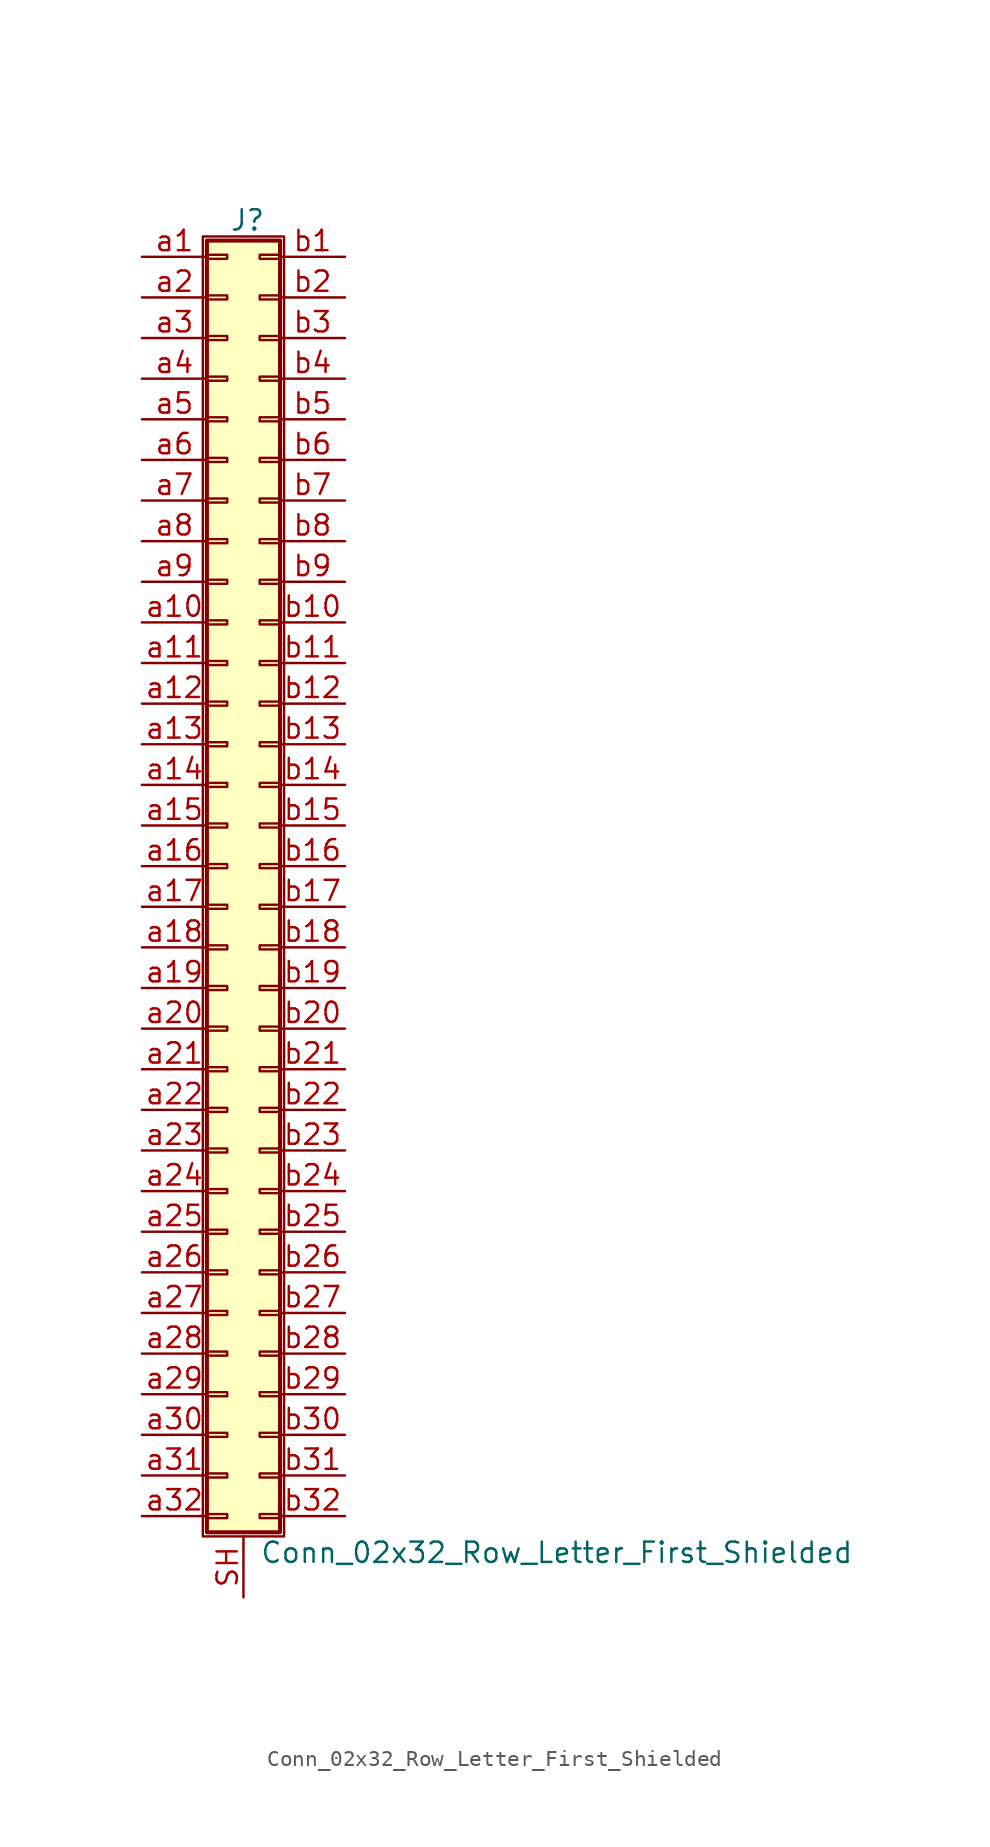
<source format=kicad_sym>
(kicad_symbol_lib
  (version 20220914)
  (generator kicad_symbol_editor)
  (symbol "Conn_02x32_Row_Letter_First_Shielded"
    (pin_names
      (offset 1.016) hide)
    (property "Reference" "J"
      (at 1.524 40.386 0)
      (effects (font (size 1.27 1.27))))
    (property "Value" "Conn_02x32_Row_Letter_First_Shielded"
      (at 2.286 -42.926 0)
      (effects (font (size 1.27 1.27)) (justify left)))
    (symbol "Conn_02x32_Row_Letter_First_Shielded_1_1"
      (rectangle (start -1.27 39.37) (end 3.81 -41.91) (stroke (width 0.152) (type default)) (fill (type none)))
      (rectangle (start -1.016 -40.513) (end 0.254 -40.767) (stroke (width 0.152) (type default)) (fill (type none)))
      (rectangle (start -1.016 -37.973) (end 0.254 -38.227) (stroke (width 0.152) (type default)) (fill (type none)))
      (rectangle (start -1.016 -35.433) (end 0.254 -35.687) (stroke (width 0.152) (type default)) (fill (type none)))
      (rectangle (start -1.016 -32.893) (end 0.254 -33.147) (stroke (width 0.152) (type default)) (fill (type none)))
      (rectangle (start -1.016 -30.353) (end 0.254 -30.607) (stroke (width 0.152) (type default)) (fill (type none)))
      (rectangle (start -1.016 -27.813) (end 0.254 -28.067) (stroke (width 0.152) (type default)) (fill (type none)))
      (rectangle (start -1.016 -25.273) (end 0.254 -25.527) (stroke (width 0.152) (type default)) (fill (type none)))
      (rectangle (start -1.016 -22.733) (end 0.254 -22.987) (stroke (width 0.152) (type default)) (fill (type none)))
      (rectangle (start -1.016 -20.193) (end 0.254 -20.447) (stroke (width 0.152) (type default)) (fill (type none)))
      (rectangle (start -1.016 -17.653) (end 0.254 -17.907) (stroke (width 0.152) (type default)) (fill (type none)))
      (rectangle (start -1.016 -15.113) (end 0.254 -15.367) (stroke (width 0.152) (type default)) (fill (type none)))
      (rectangle (start -1.016 -12.573) (end 0.254 -12.827) (stroke (width 0.152) (type default)) (fill (type none)))
      (rectangle (start -1.016 -10.033) (end 0.254 -10.287) (stroke (width 0.152) (type default)) (fill (type none)))
      (rectangle (start -1.016 -7.493) (end 0.254 -7.747) (stroke (width 0.152) (type default)) (fill (type none)))
      (rectangle (start -1.016 -4.953) (end 0.254 -5.207) (stroke (width 0.152) (type default)) (fill (type none)))
      (rectangle (start -1.016 -2.413) (end 0.254 -2.667) (stroke (width 0.152) (type default)) (fill (type none)))
      (rectangle (start -1.016 0.127) (end 0.254 -0.127) (stroke (width 0.152) (type default)) (fill (type none)))
      (rectangle (start -1.016 2.667) (end 0.254 2.413) (stroke (width 0.152) (type default)) (fill (type none)))
      (rectangle (start -1.016 5.207) (end 0.254 4.953) (stroke (width 0.152) (type default)) (fill (type none)))
      (rectangle (start -1.016 7.747) (end 0.254 7.493) (stroke (width 0.152) (type default)) (fill (type none)))
      (rectangle (start -1.016 10.287) (end 0.254 10.033) (stroke (width 0.152) (type default)) (fill (type none)))
      (rectangle (start -1.016 12.827) (end 0.254 12.573) (stroke (width 0.152) (type default)) (fill (type none)))
      (rectangle (start -1.016 15.367) (end 0.254 15.113) (stroke (width 0.152) (type default)) (fill (type none)))
      (rectangle (start -1.016 17.907) (end 0.254 17.653) (stroke (width 0.152) (type default)) (fill (type none)))
      (rectangle (start -1.016 20.447) (end 0.254 20.193) (stroke (width 0.152) (type default)) (fill (type none)))
      (rectangle (start -1.016 22.987) (end 0.254 22.733) (stroke (width 0.152) (type default)) (fill (type none)))
      (rectangle (start -1.016 25.527) (end 0.254 25.273) (stroke (width 0.152) (type default)) (fill (type none)))
      (rectangle (start -1.016 28.067) (end 0.254 27.813) (stroke (width 0.152) (type default)) (fill (type none)))
      (rectangle (start -1.016 30.607) (end 0.254 30.353) (stroke (width 0.152) (type default)) (fill (type none)))
      (rectangle (start -1.016 33.147) (end 0.254 32.893) (stroke (width 0.152) (type default)) (fill (type none)))
      (rectangle (start -1.016 35.687) (end 0.254 35.433) (stroke (width 0.152) (type default)) (fill (type none)))
      (rectangle (start -1.016 38.227) (end 0.254 37.973) (stroke (width 0.152) (type default)) (fill (type none)))
      (rectangle (start -1.016 39.116) (end 3.556 -41.656) (stroke (width 0.254) (type default)) (fill (type background)))
      (rectangle (start 3.556 -40.513) (end 2.286 -40.767) (stroke (width 0.152) (type default)) (fill (type none)))
      (rectangle (start 3.556 -37.973) (end 2.286 -38.227) (stroke (width 0.152) (type default)) (fill (type none)))
      (rectangle (start 3.556 -35.433) (end 2.286 -35.687) (stroke (width 0.152) (type default)) (fill (type none)))
      (rectangle (start 3.556 -32.893) (end 2.286 -33.147) (stroke (width 0.152) (type default)) (fill (type none)))
      (rectangle (start 3.556 -30.353) (end 2.286 -30.607) (stroke (width 0.152) (type default)) (fill (type none)))
      (rectangle (start 3.556 -27.813) (end 2.286 -28.067) (stroke (width 0.152) (type default)) (fill (type none)))
      (rectangle (start 3.556 -25.273) (end 2.286 -25.527) (stroke (width 0.152) (type default)) (fill (type none)))
      (rectangle (start 3.556 -22.733) (end 2.286 -22.987) (stroke (width 0.152) (type default)) (fill (type none)))
      (rectangle (start 3.556 -20.193) (end 2.286 -20.447) (stroke (width 0.152) (type default)) (fill (type none)))
      (rectangle (start 3.556 -17.653) (end 2.286 -17.907) (stroke (width 0.152) (type default)) (fill (type none)))
      (rectangle (start 3.556 -15.113) (end 2.286 -15.367) (stroke (width 0.152) (type default)) (fill (type none)))
      (rectangle (start 3.556 -12.573) (end 2.286 -12.827) (stroke (width 0.152) (type default)) (fill (type none)))
      (rectangle (start 3.556 -10.033) (end 2.286 -10.287) (stroke (width 0.152) (type default)) (fill (type none)))
      (rectangle (start 3.556 -7.493) (end 2.286 -7.747) (stroke (width 0.152) (type default)) (fill (type none)))
      (rectangle (start 3.556 -4.953) (end 2.286 -5.207) (stroke (width 0.152) (type default)) (fill (type none)))
      (rectangle (start 3.556 -2.413) (end 2.286 -2.667) (stroke (width 0.152) (type default)) (fill (type none)))
      (rectangle (start 3.556 0.127) (end 2.286 -0.127) (stroke (width 0.152) (type default)) (fill (type none)))
      (rectangle (start 3.556 2.667) (end 2.286 2.413) (stroke (width 0.152) (type default)) (fill (type none)))
      (rectangle (start 3.556 5.207) (end 2.286 4.953) (stroke (width 0.152) (type default)) (fill (type none)))
      (rectangle (start 3.556 7.747) (end 2.286 7.493) (stroke (width 0.152) (type default)) (fill (type none)))
      (rectangle (start 3.556 10.287) (end 2.286 10.033) (stroke (width 0.152) (type default)) (fill (type none)))
      (rectangle (start 3.556 12.827) (end 2.286 12.573) (stroke (width 0.152) (type default)) (fill (type none)))
      (rectangle (start 3.556 15.367) (end 2.286 15.113) (stroke (width 0.152) (type default)) (fill (type none)))
      (rectangle (start 3.556 17.907) (end 2.286 17.653) (stroke (width 0.152) (type default)) (fill (type none)))
      (rectangle (start 3.556 20.447) (end 2.286 20.193) (stroke (width 0.152) (type default)) (fill (type none)))
      (rectangle (start 3.556 22.987) (end 2.286 22.733) (stroke (width 0.152) (type default)) (fill (type none)))
      (rectangle (start 3.556 25.527) (end 2.286 25.273) (stroke (width 0.152) (type default)) (fill (type none)))
      (rectangle (start 3.556 28.067) (end 2.286 27.813) (stroke (width 0.152) (type default)) (fill (type none)))
      (rectangle (start 3.556 30.607) (end 2.286 30.353) (stroke (width 0.152) (type default)) (fill (type none)))
      (rectangle (start 3.556 33.147) (end 2.286 32.893) (stroke (width 0.152) (type default)) (fill (type none)))
      (rectangle (start 3.556 35.687) (end 2.286 35.433) (stroke (width 0.152) (type default)) (fill (type none)))
      (rectangle (start 3.556 38.227) (end 2.286 37.973) (stroke (width 0.152) (type default)) (fill (type none)))
      (pin passive line (at 1.27 -45.72 90) (length 3.81) (name "Shield" (effects (font (size 1.27 1.27)))) (number "SH" (effects (font (size 1.27 1.27)))))
      (pin passive line (at -5.08 38.1 0) (length 4.064) (name "Pin_a1" (effects (font (size 1.27 1.27)))) (number "a1" (effects (font (size 1.27 1.27)))))
      (pin passive line (at -5.08 15.24 0) (length 4.064) (name "Pin_a10" (effects (font (size 1.27 1.27)))) (number "a10" (effects (font (size 1.27 1.27)))))
      (pin passive line (at -5.08 12.7 0) (length 4.064) (name "Pin_a11" (effects (font (size 1.27 1.27)))) (number "a11" (effects (font (size 1.27 1.27)))))
      (pin passive line (at -5.08 10.16 0) (length 4.064) (name "Pin_a12" (effects (font (size 1.27 1.27)))) (number "a12" (effects (font (size 1.27 1.27)))))
      (pin passive line (at -5.08 7.62 0) (length 4.064) (name "Pin_a13" (effects (font (size 1.27 1.27)))) (number "a13" (effects (font (size 1.27 1.27)))))
      (pin passive line (at -5.08 5.08 0) (length 4.064) (name "Pin_a14" (effects (font (size 1.27 1.27)))) (number "a14" (effects (font (size 1.27 1.27)))))
      (pin passive line (at -5.08 2.54 0) (length 4.064) (name "Pin_a15" (effects (font (size 1.27 1.27)))) (number "a15" (effects (font (size 1.27 1.27)))))
      (pin passive line (at -5.08 0 0) (length 4.064) (name "Pin_a16" (effects (font (size 1.27 1.27)))) (number "a16" (effects (font (size 1.27 1.27)))))
      (pin passive line (at -5.08 -2.54 0) (length 4.064) (name "Pin_a17" (effects (font (size 1.27 1.27)))) (number "a17" (effects (font (size 1.27 1.27)))))
      (pin passive line (at -5.08 -5.08 0) (length 4.064) (name "Pin_a18" (effects (font (size 1.27 1.27)))) (number "a18" (effects (font (size 1.27 1.27)))))
      (pin passive line (at -5.08 -7.62 0) (length 4.064) (name "Pin_a19" (effects (font (size 1.27 1.27)))) (number "a19" (effects (font (size 1.27 1.27)))))
      (pin passive line (at -5.08 35.56 0) (length 4.064) (name "Pin_a2" (effects (font (size 1.27 1.27)))) (number "a2" (effects (font (size 1.27 1.27)))))
      (pin passive line (at -5.08 -10.16 0) (length 4.064) (name "Pin_a20" (effects (font (size 1.27 1.27)))) (number "a20" (effects (font (size 1.27 1.27)))))
      (pin passive line (at -5.08 -12.7 0) (length 4.064) (name "Pin_a21" (effects (font (size 1.27 1.27)))) (number "a21" (effects (font (size 1.27 1.27)))))
      (pin passive line (at -5.08 -15.24 0) (length 4.064) (name "Pin_a22" (effects (font (size 1.27 1.27)))) (number "a22" (effects (font (size 1.27 1.27)))))
      (pin passive line (at -5.08 -17.78 0) (length 4.064) (name "Pin_a23" (effects (font (size 1.27 1.27)))) (number "a23" (effects (font (size 1.27 1.27)))))
      (pin passive line (at -5.08 -20.32 0) (length 4.064) (name "Pin_a24" (effects (font (size 1.27 1.27)))) (number "a24" (effects (font (size 1.27 1.27)))))
      (pin passive line (at -5.08 -22.86 0) (length 4.064) (name "Pin_a25" (effects (font (size 1.27 1.27)))) (number "a25" (effects (font (size 1.27 1.27)))))
      (pin passive line (at -5.08 -25.4 0) (length 4.064) (name "Pin_a26" (effects (font (size 1.27 1.27)))) (number "a26" (effects (font (size 1.27 1.27)))))
      (pin passive line (at -5.08 -27.94 0) (length 4.064) (name "Pin_a27" (effects (font (size 1.27 1.27)))) (number "a27" (effects (font (size 1.27 1.27)))))
      (pin passive line (at -5.08 -30.48 0) (length 4.064) (name "Pin_a28" (effects (font (size 1.27 1.27)))) (number "a28" (effects (font (size 1.27 1.27)))))
      (pin passive line (at -5.08 -33.02 0) (length 4.064) (name "Pin_a29" (effects (font (size 1.27 1.27)))) (number "a29" (effects (font (size 1.27 1.27)))))
      (pin passive line (at -5.08 33.02 0) (length 4.064) (name "Pin_a3" (effects (font (size 1.27 1.27)))) (number "a3" (effects (font (size 1.27 1.27)))))
      (pin passive line (at -5.08 -35.56 0) (length 4.064) (name "Pin_a30" (effects (font (size 1.27 1.27)))) (number "a30" (effects (font (size 1.27 1.27)))))
      (pin passive line (at -5.08 -38.1 0) (length 4.064) (name "Pin_a31" (effects (font (size 1.27 1.27)))) (number "a31" (effects (font (size 1.27 1.27)))))
      (pin passive line (at -5.08 -40.64 0) (length 4.064) (name "Pin_a32" (effects (font (size 1.27 1.27)))) (number "a32" (effects (font (size 1.27 1.27)))))
      (pin passive line (at -5.08 30.48 0) (length 4.064) (name "Pin_a4" (effects (font (size 1.27 1.27)))) (number "a4" (effects (font (size 1.27 1.27)))))
      (pin passive line (at -5.08 27.94 0) (length 4.064) (name "Pin_a5" (effects (font (size 1.27 1.27)))) (number "a5" (effects (font (size 1.27 1.27)))))
      (pin passive line (at -5.08 25.4 0) (length 4.064) (name "Pin_a6" (effects (font (size 1.27 1.27)))) (number "a6" (effects (font (size 1.27 1.27)))))
      (pin passive line (at -5.08 22.86 0) (length 4.064) (name "Pin_a7" (effects (font (size 1.27 1.27)))) (number "a7" (effects (font (size 1.27 1.27)))))
      (pin passive line (at -5.08 20.32 0) (length 4.064) (name "Pin_a8" (effects (font (size 1.27 1.27)))) (number "a8" (effects (font (size 1.27 1.27)))))
      (pin passive line (at -5.08 17.78 0) (length 4.064) (name "Pin_a9" (effects (font (size 1.27 1.27)))) (number "a9" (effects (font (size 1.27 1.27)))))
      (pin passive line (at 7.62 38.1 180) (length 4.064) (name "Pin_b1" (effects (font (size 1.27 1.27)))) (number "b1" (effects (font (size 1.27 1.27)))))
      (pin passive line (at 7.62 15.24 180) (length 4.064) (name "Pin_b10" (effects (font (size 1.27 1.27)))) (number "b10" (effects (font (size 1.27 1.27)))))
      (pin passive line (at 7.62 12.7 180) (length 4.064) (name "Pin_b11" (effects (font (size 1.27 1.27)))) (number "b11" (effects (font (size 1.27 1.27)))))
      (pin passive line (at 7.62 10.16 180) (length 4.064) (name "Pin_b12" (effects (font (size 1.27 1.27)))) (number "b12" (effects (font (size 1.27 1.27)))))
      (pin passive line (at 7.62 7.62 180) (length 4.064) (name "Pin_b13" (effects (font (size 1.27 1.27)))) (number "b13" (effects (font (size 1.27 1.27)))))
      (pin passive line (at 7.62 5.08 180) (length 4.064) (name "Pin_b14" (effects (font (size 1.27 1.27)))) (number "b14" (effects (font (size 1.27 1.27)))))
      (pin passive line (at 7.62 2.54 180) (length 4.064) (name "Pin_b15" (effects (font (size 1.27 1.27)))) (number "b15" (effects (font (size 1.27 1.27)))))
      (pin passive line (at 7.62 0 180) (length 4.064) (name "Pin_b16" (effects (font (size 1.27 1.27)))) (number "b16" (effects (font (size 1.27 1.27)))))
      (pin passive line (at 7.62 -2.54 180) (length 4.064) (name "Pin_b17" (effects (font (size 1.27 1.27)))) (number "b17" (effects (font (size 1.27 1.27)))))
      (pin passive line (at 7.62 -5.08 180) (length 4.064) (name "Pin_b18" (effects (font (size 1.27 1.27)))) (number "b18" (effects (font (size 1.27 1.27)))))
      (pin passive line (at 7.62 -7.62 180) (length 4.064) (name "Pin_b19" (effects (font (size 1.27 1.27)))) (number "b19" (effects (font (size 1.27 1.27)))))
      (pin passive line (at 7.62 35.56 180) (length 4.064) (name "Pin_b2" (effects (font (size 1.27 1.27)))) (number "b2" (effects (font (size 1.27 1.27)))))
      (pin passive line (at 7.62 -10.16 180) (length 4.064) (name "Pin_b20" (effects (font (size 1.27 1.27)))) (number "b20" (effects (font (size 1.27 1.27)))))
      (pin passive line (at 7.62 -12.7 180) (length 4.064) (name "Pin_b21" (effects (font (size 1.27 1.27)))) (number "b21" (effects (font (size 1.27 1.27)))))
      (pin passive line (at 7.62 -15.24 180) (length 4.064) (name "Pin_b22" (effects (font (size 1.27 1.27)))) (number "b22" (effects (font (size 1.27 1.27)))))
      (pin passive line (at 7.62 -17.78 180) (length 4.064) (name "Pin_b23" (effects (font (size 1.27 1.27)))) (number "b23" (effects (font (size 1.27 1.27)))))
      (pin passive line (at 7.62 -20.32 180) (length 4.064) (name "Pin_b24" (effects (font (size 1.27 1.27)))) (number "b24" (effects (font (size 1.27 1.27)))))
      (pin passive line (at 7.62 -22.86 180) (length 4.064) (name "Pin_b25" (effects (font (size 1.27 1.27)))) (number "b25" (effects (font (size 1.27 1.27)))))
      (pin passive line (at 7.62 -25.4 180) (length 4.064) (name "Pin_b26" (effects (font (size 1.27 1.27)))) (number "b26" (effects (font (size 1.27 1.27)))))
      (pin passive line (at 7.62 -27.94 180) (length 4.064) (name "Pin_b27" (effects (font (size 1.27 1.27)))) (number "b27" (effects (font (size 1.27 1.27)))))
      (pin passive line (at 7.62 -30.48 180) (length 4.064) (name "Pin_b28" (effects (font (size 1.27 1.27)))) (number "b28" (effects (font (size 1.27 1.27)))))
      (pin passive line (at 7.62 -33.02 180) (length 4.064) (name "Pin_b29" (effects (font (size 1.27 1.27)))) (number "b29" (effects (font (size 1.27 1.27)))))
      (pin passive line (at 7.62 33.02 180) (length 4.064) (name "Pin_b3" (effects (font (size 1.27 1.27)))) (number "b3" (effects (font (size 1.27 1.27)))))
      (pin passive line (at 7.62 -35.56 180) (length 4.064) (name "Pin_b30" (effects (font (size 1.27 1.27)))) (number "b30" (effects (font (size 1.27 1.27)))))
      (pin passive line (at 7.62 -38.1 180) (length 4.064) (name "Pin_b31" (effects (font (size 1.27 1.27)))) (number "b31" (effects (font (size 1.27 1.27)))))
      (pin passive line (at 7.62 -40.64 180) (length 4.064) (name "Pin_b32" (effects (font (size 1.27 1.27)))) (number "b32" (effects (font (size 1.27 1.27)))))
      (pin passive line (at 7.62 30.48 180) (length 4.064) (name "Pin_b4" (effects (font (size 1.27 1.27)))) (number "b4" (effects (font (size 1.27 1.27)))))
      (pin passive line (at 7.62 27.94 180) (length 4.064) (name "Pin_b5" (effects (font (size 1.27 1.27)))) (number "b5" (effects (font (size 1.27 1.27)))))
      (pin passive line (at 7.62 25.4 180) (length 4.064) (name "Pin_b6" (effects (font (size 1.27 1.27)))) (number "b6" (effects (font (size 1.27 1.27)))))
      (pin passive line (at 7.62 22.86 180) (length 4.064) (name "Pin_b7" (effects (font (size 1.27 1.27)))) (number "b7" (effects (font (size 1.27 1.27)))))
      (pin passive line (at 7.62 20.32 180) (length 4.064) (name "Pin_b8" (effects (font (size 1.27 1.27)))) (number "b8" (effects (font (size 1.27 1.27)))))
      (pin passive line (at 7.62 17.78 180) (length 4.064) (name "Pin_b9" (effects (font (size 1.27 1.27)))) (number "b9" (effects (font (size 1.27 1.27))))))))
</source>
